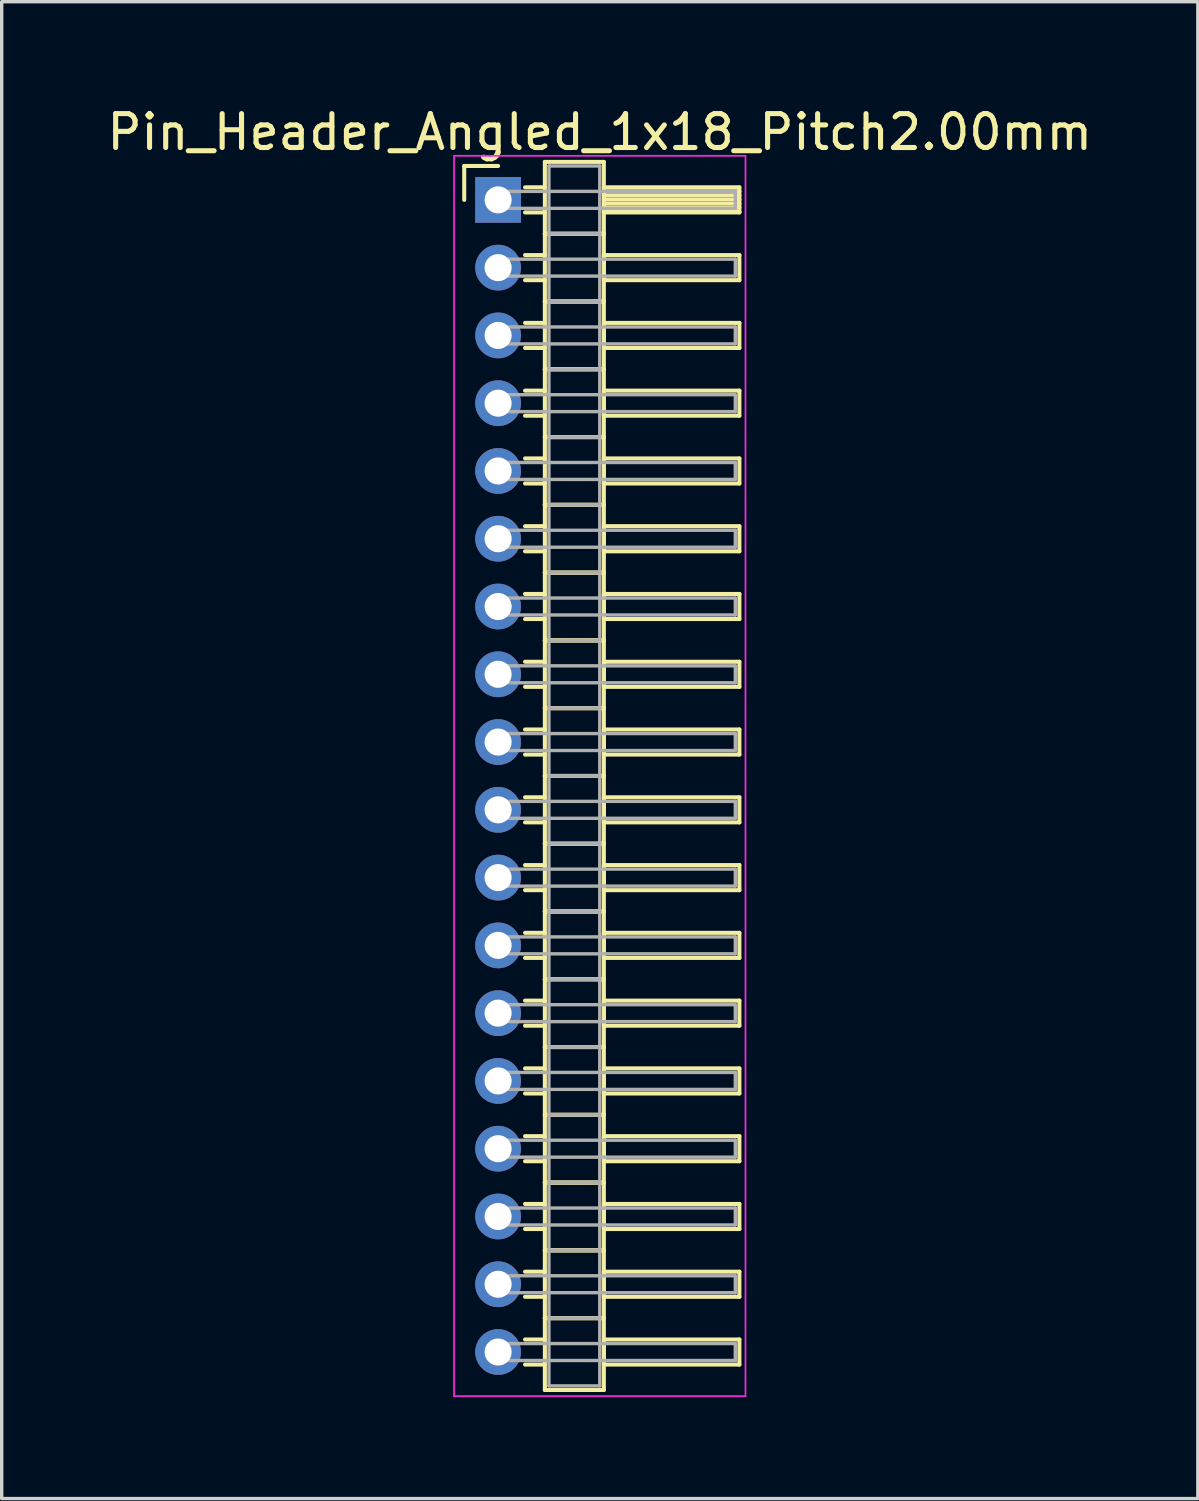
<source format=kicad_pcb>
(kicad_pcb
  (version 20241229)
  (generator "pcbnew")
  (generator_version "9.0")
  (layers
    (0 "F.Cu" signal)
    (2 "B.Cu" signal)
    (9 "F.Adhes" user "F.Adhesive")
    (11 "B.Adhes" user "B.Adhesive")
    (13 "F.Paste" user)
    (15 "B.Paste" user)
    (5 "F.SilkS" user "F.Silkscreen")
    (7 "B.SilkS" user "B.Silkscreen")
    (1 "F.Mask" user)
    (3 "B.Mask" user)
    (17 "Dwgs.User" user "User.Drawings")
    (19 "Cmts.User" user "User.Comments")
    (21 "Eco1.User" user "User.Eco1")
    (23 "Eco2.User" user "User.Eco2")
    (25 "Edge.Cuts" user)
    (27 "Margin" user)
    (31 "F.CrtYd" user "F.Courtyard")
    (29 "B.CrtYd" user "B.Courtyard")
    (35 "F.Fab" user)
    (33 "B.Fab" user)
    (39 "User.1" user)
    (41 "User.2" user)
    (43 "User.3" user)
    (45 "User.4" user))
  (footprint "Pin_Header_Angled_1x18_Pitch2.00mm"
    (layer "F.Cu")
    (at 11.649 2.848)
    (property "Reference" "Pin_Header_Angled_1x18_Pitch2.00mm" (at 3 -2 0) (layer "F.SilkS") (effects (font (size 1 1) (thickness 0.15))))
    (attr through_hole)
    (fp_line (start -1 -1) (end 0 -1) (stroke (width 0.12) (type solid)) (layer "F.SilkS"))
    (fp_line (start -1 0) (end -1 -1) (stroke (width 0.12) (type solid)) (layer "F.SilkS"))
    (fp_line (start 0.795 -0.37) (end 1.38 -0.37) (stroke (width 0.12) (type solid)) (layer "F.SilkS"))
    (fp_line (start 0.795 0.37) (end 1.38 0.37) (stroke (width 0.12) (type solid)) (layer "F.SilkS"))
    (fp_line (start 0.795 1.63) (end 1.38 1.63) (stroke (width 0.12) (type solid)) (layer "F.SilkS"))
    (fp_line (start 0.795 2.37) (end 1.38 2.37) (stroke (width 0.12) (type solid)) (layer "F.SilkS"))
    (fp_line (start 0.795 3.63) (end 1.38 3.63) (stroke (width 0.12) (type solid)) (layer "F.SilkS"))
    (fp_line (start 0.795 4.37) (end 1.38 4.37) (stroke (width 0.12) (type solid)) (layer "F.SilkS"))
    (fp_line (start 0.795 5.63) (end 1.38 5.63) (stroke (width 0.12) (type solid)) (layer "F.SilkS"))
    (fp_line (start 0.795 6.37) (end 1.38 6.37) (stroke (width 0.12) (type solid)) (layer "F.SilkS"))
    (fp_line (start 0.795 7.63) (end 1.38 7.63) (stroke (width 0.12) (type solid)) (layer "F.SilkS"))
    (fp_line (start 0.795 8.37) (end 1.38 8.37) (stroke (width 0.12) (type solid)) (layer "F.SilkS"))
    (fp_line (start 0.795 9.63) (end 1.38 9.63) (stroke (width 0.12) (type solid)) (layer "F.SilkS"))
    (fp_line (start 0.795 10.37) (end 1.38 10.37) (stroke (width 0.12) (type solid)) (layer "F.SilkS"))
    (fp_line (start 0.795 11.63) (end 1.38 11.63) (stroke (width 0.12) (type solid)) (layer "F.SilkS"))
    (fp_line (start 0.795 12.37) (end 1.38 12.37) (stroke (width 0.12) (type solid)) (layer "F.SilkS"))
    (fp_line (start 0.795 13.63) (end 1.38 13.63) (stroke (width 0.12) (type solid)) (layer "F.SilkS"))
    (fp_line (start 0.795 14.37) (end 1.38 14.37) (stroke (width 0.12) (type solid)) (layer "F.SilkS"))
    (fp_line (start 0.795 15.63) (end 1.38 15.63) (stroke (width 0.12) (type solid)) (layer "F.SilkS"))
    (fp_line (start 0.795 16.37) (end 1.38 16.37) (stroke (width 0.12) (type solid)) (layer "F.SilkS"))
    (fp_line (start 0.795 17.63) (end 1.38 17.63) (stroke (width 0.12) (type solid)) (layer "F.SilkS"))
    (fp_line (start 0.795 18.37) (end 1.38 18.37) (stroke (width 0.12) (type solid)) (layer "F.SilkS"))
    (fp_line (start 0.795 19.63) (end 1.38 19.63) (stroke (width 0.12) (type solid)) (layer "F.SilkS"))
    (fp_line (start 0.795 20.37) (end 1.38 20.37) (stroke (width 0.12) (type solid)) (layer "F.SilkS"))
    (fp_line (start 0.795 21.63) (end 1.38 21.63) (stroke (width 0.12) (type solid)) (layer "F.SilkS"))
    (fp_line (start 0.795 22.37) (end 1.38 22.37) (stroke (width 0.12) (type solid)) (layer "F.SilkS"))
    (fp_line (start 0.795 23.63) (end 1.38 23.63) (stroke (width 0.12) (type solid)) (layer "F.SilkS"))
    (fp_line (start 0.795 24.37) (end 1.38 24.37) (stroke (width 0.12) (type solid)) (layer "F.SilkS"))
    (fp_line (start 0.795 25.63) (end 1.38 25.63) (stroke (width 0.12) (type solid)) (layer "F.SilkS"))
    (fp_line (start 0.795 26.37) (end 1.38 26.37) (stroke (width 0.12) (type solid)) (layer "F.SilkS"))
    (fp_line (start 0.795 27.63) (end 1.38 27.63) (stroke (width 0.12) (type solid)) (layer "F.SilkS"))
    (fp_line (start 0.795 28.37) (end 1.38 28.37) (stroke (width 0.12) (type solid)) (layer "F.SilkS"))
    (fp_line (start 0.795 29.63) (end 1.38 29.63) (stroke (width 0.12) (type solid)) (layer "F.SilkS"))
    (fp_line (start 0.795 30.37) (end 1.38 30.37) (stroke (width 0.12) (type solid)) (layer "F.SilkS"))
    (fp_line (start 0.795 31.63) (end 1.38 31.63) (stroke (width 0.12) (type solid)) (layer "F.SilkS"))
    (fp_line (start 0.795 32.37) (end 1.38 32.37) (stroke (width 0.12) (type solid)) (layer "F.SilkS"))
    (fp_line (start 0.795 33.63) (end 1.38 33.63) (stroke (width 0.12) (type solid)) (layer "F.SilkS"))
    (fp_line (start 0.795 34.37) (end 1.38 34.37) (stroke (width 0.12) (type solid)) (layer "F.SilkS"))
    (fp_line (start 1.38 -1.12) (end 1.38 1) (stroke (width 0.12) (type solid)) (layer "F.SilkS"))
    (fp_line (start 1.38 1) (end 1.38 3) (stroke (width 0.12) (type solid)) (layer "F.SilkS"))
    (fp_line (start 1.38 1) (end 3.12 1) (stroke (width 0.12) (type solid)) (layer "F.SilkS"))
    (fp_line (start 1.38 3) (end 1.38 5) (stroke (width 0.12) (type solid)) (layer "F.SilkS"))
    (fp_line (start 1.38 3) (end 3.12 3) (stroke (width 0.12) (type solid)) (layer "F.SilkS"))
    (fp_line (start 1.38 5) (end 1.38 7) (stroke (width 0.12) (type solid)) (layer "F.SilkS"))
    (fp_line (start 1.38 5) (end 3.12 5) (stroke (width 0.12) (type solid)) (layer "F.SilkS"))
    (fp_line (start 1.38 7) (end 1.38 9) (stroke (width 0.12) (type solid)) (layer "F.SilkS"))
    (fp_line (start 1.38 7) (end 3.12 7) (stroke (width 0.12) (type solid)) (layer "F.SilkS"))
    (fp_line (start 1.38 9) (end 1.38 11) (stroke (width 0.12) (type solid)) (layer "F.SilkS"))
    (fp_line (start 1.38 9) (end 3.12 9) (stroke (width 0.12) (type solid)) (layer "F.SilkS"))
    (fp_line (start 1.38 11) (end 1.38 13) (stroke (width 0.12) (type solid)) (layer "F.SilkS"))
    (fp_line (start 1.38 11) (end 3.12 11) (stroke (width 0.12) (type solid)) (layer "F.SilkS"))
    (fp_line (start 1.38 13) (end 1.38 15) (stroke (width 0.12) (type solid)) (layer "F.SilkS"))
    (fp_line (start 1.38 13) (end 3.12 13) (stroke (width 0.12) (type solid)) (layer "F.SilkS"))
    (fp_line (start 1.38 15) (end 1.38 17) (stroke (width 0.12) (type solid)) (layer "F.SilkS"))
    (fp_line (start 1.38 15) (end 3.12 15) (stroke (width 0.12) (type solid)) (layer "F.SilkS"))
    (fp_line (start 1.38 17) (end 1.38 19) (stroke (width 0.12) (type solid)) (layer "F.SilkS"))
    (fp_line (start 1.38 17) (end 3.12 17) (stroke (width 0.12) (type solid)) (layer "F.SilkS"))
    (fp_line (start 1.38 19) (end 1.38 21) (stroke (width 0.12) (type solid)) (layer "F.SilkS"))
    (fp_line (start 1.38 19) (end 3.12 19) (stroke (width 0.12) (type solid)) (layer "F.SilkS"))
    (fp_line (start 1.38 21) (end 1.38 23) (stroke (width 0.12) (type solid)) (layer "F.SilkS"))
    (fp_line (start 1.38 21) (end 3.12 21) (stroke (width 0.12) (type solid)) (layer "F.SilkS"))
    (fp_line (start 1.38 23) (end 1.38 25) (stroke (width 0.12) (type solid)) (layer "F.SilkS"))
    (fp_line (start 1.38 23) (end 3.12 23) (stroke (width 0.12) (type solid)) (layer "F.SilkS"))
    (fp_line (start 1.38 25) (end 1.38 27) (stroke (width 0.12) (type solid)) (layer "F.SilkS"))
    (fp_line (start 1.38 25) (end 3.12 25) (stroke (width 0.12) (type solid)) (layer "F.SilkS"))
    (fp_line (start 1.38 27) (end 1.38 29) (stroke (width 0.12) (type solid)) (layer "F.SilkS"))
    (fp_line (start 1.38 27) (end 3.12 27) (stroke (width 0.12) (type solid)) (layer "F.SilkS"))
    (fp_line (start 1.38 29) (end 1.38 31) (stroke (width 0.12) (type solid)) (layer "F.SilkS"))
    (fp_line (start 1.38 29) (end 3.12 29) (stroke (width 0.12) (type solid)) (layer "F.SilkS"))
    (fp_line (start 1.38 31) (end 1.38 33) (stroke (width 0.12) (type solid)) (layer "F.SilkS"))
    (fp_line (start 1.38 31) (end 3.12 31) (stroke (width 0.12) (type solid)) (layer "F.SilkS"))
    (fp_line (start 1.38 33) (end 1.38 35.12) (stroke (width 0.12) (type solid)) (layer "F.SilkS"))
    (fp_line (start 1.38 33) (end 3.12 33) (stroke (width 0.12) (type solid)) (layer "F.SilkS"))
    (fp_line (start 1.38 35.12) (end 3.12 35.12) (stroke (width 0.12) (type solid)) (layer "F.SilkS"))
    (fp_line (start 3.12 -1.12) (end 1.38 -1.12) (stroke (width 0.12) (type solid)) (layer "F.SilkS"))
    (fp_line (start 3.12 -0.37) (end 3.12 0.37) (stroke (width 0.12) (type solid)) (layer "F.SilkS"))
    (fp_line (start 3.12 -0.25) (end 7.12 -0.25) (stroke (width 0.12) (type solid)) (layer "F.SilkS"))
    (fp_line (start 3.12 -0.13) (end 7.12 -0.13) (stroke (width 0.12) (type solid)) (layer "F.SilkS"))
    (fp_line (start 3.12 -0.01) (end 7.12 -0.01) (stroke (width 0.12) (type solid)) (layer "F.SilkS"))
    (fp_line (start 3.12 0.11) (end 7.12 0.11) (stroke (width 0.12) (type solid)) (layer "F.SilkS"))
    (fp_line (start 3.12 0.23) (end 7.12 0.23) (stroke (width 0.12) (type solid)) (layer "F.SilkS"))
    (fp_line (start 3.12 0.35) (end 7.12 0.35) (stroke (width 0.12) (type solid)) (layer "F.SilkS"))
    (fp_line (start 3.12 0.37) (end 7.12 0.37) (stroke (width 0.12) (type solid)) (layer "F.SilkS"))
    (fp_line (start 3.12 1) (end 1.38 1) (stroke (width 0.12) (type solid)) (layer "F.SilkS"))
    (fp_line (start 3.12 1) (end 3.12 -1.12) (stroke (width 0.12) (type solid)) (layer "F.SilkS"))
    (fp_line (start 3.12 1.63) (end 3.12 2.37) (stroke (width 0.12) (type solid)) (layer "F.SilkS"))
    (fp_line (start 3.12 2.37) (end 7.12 2.37) (stroke (width 0.12) (type solid)) (layer "F.SilkS"))
    (fp_line (start 3.12 3) (end 1.38 3) (stroke (width 0.12) (type solid)) (layer "F.SilkS"))
    (fp_line (start 3.12 3) (end 3.12 1) (stroke (width 0.12) (type solid)) (layer "F.SilkS"))
    (fp_line (start 3.12 3.63) (end 3.12 4.37) (stroke (width 0.12) (type solid)) (layer "F.SilkS"))
    (fp_line (start 3.12 4.37) (end 7.12 4.37) (stroke (width 0.12) (type solid)) (layer "F.SilkS"))
    (fp_line (start 3.12 5) (end 1.38 5) (stroke (width 0.12) (type solid)) (layer "F.SilkS"))
    (fp_line (start 3.12 5) (end 3.12 3) (stroke (width 0.12) (type solid)) (layer "F.SilkS"))
    (fp_line (start 3.12 5.63) (end 3.12 6.37) (stroke (width 0.12) (type solid)) (layer "F.SilkS"))
    (fp_line (start 3.12 6.37) (end 7.12 6.37) (stroke (width 0.12) (type solid)) (layer "F.SilkS"))
    (fp_line (start 3.12 7) (end 1.38 7) (stroke (width 0.12) (type solid)) (layer "F.SilkS"))
    (fp_line (start 3.12 7) (end 3.12 5) (stroke (width 0.12) (type solid)) (layer "F.SilkS"))
    (fp_line (start 3.12 7.63) (end 3.12 8.37) (stroke (width 0.12) (type solid)) (layer "F.SilkS"))
    (fp_line (start 3.12 8.37) (end 7.12 8.37) (stroke (width 0.12) (type solid)) (layer "F.SilkS"))
    (fp_line (start 3.12 9) (end 1.38 9) (stroke (width 0.12) (type solid)) (layer "F.SilkS"))
    (fp_line (start 3.12 9) (end 3.12 7) (stroke (width 0.12) (type solid)) (layer "F.SilkS"))
    (fp_line (start 3.12 9.63) (end 3.12 10.37) (stroke (width 0.12) (type solid)) (layer "F.SilkS"))
    (fp_line (start 3.12 10.37) (end 7.12 10.37) (stroke (width 0.12) (type solid)) (layer "F.SilkS"))
    (fp_line (start 3.12 11) (end 1.38 11) (stroke (width 0.12) (type solid)) (layer "F.SilkS"))
    (fp_line (start 3.12 11) (end 3.12 9) (stroke (width 0.12) (type solid)) (layer "F.SilkS"))
    (fp_line (start 3.12 11.63) (end 3.12 12.37) (stroke (width 0.12) (type solid)) (layer "F.SilkS"))
    (fp_line (start 3.12 12.37) (end 7.12 12.37) (stroke (width 0.12) (type solid)) (layer "F.SilkS"))
    (fp_line (start 3.12 13) (end 1.38 13) (stroke (width 0.12) (type solid)) (layer "F.SilkS"))
    (fp_line (start 3.12 13) (end 3.12 11) (stroke (width 0.12) (type solid)) (layer "F.SilkS"))
    (fp_line (start 3.12 13.63) (end 3.12 14.37) (stroke (width 0.12) (type solid)) (layer "F.SilkS"))
    (fp_line (start 3.12 14.37) (end 7.12 14.37) (stroke (width 0.12) (type solid)) (layer "F.SilkS"))
    (fp_line (start 3.12 15) (end 1.38 15) (stroke (width 0.12) (type solid)) (layer "F.SilkS"))
    (fp_line (start 3.12 15) (end 3.12 13) (stroke (width 0.12) (type solid)) (layer "F.SilkS"))
    (fp_line (start 3.12 15.63) (end 3.12 16.37) (stroke (width 0.12) (type solid)) (layer "F.SilkS"))
    (fp_line (start 3.12 16.37) (end 7.12 16.37) (stroke (width 0.12) (type solid)) (layer "F.SilkS"))
    (fp_line (start 3.12 17) (end 1.38 17) (stroke (width 0.12) (type solid)) (layer "F.SilkS"))
    (fp_line (start 3.12 17) (end 3.12 15) (stroke (width 0.12) (type solid)) (layer "F.SilkS"))
    (fp_line (start 3.12 17.63) (end 3.12 18.37) (stroke (width 0.12) (type solid)) (layer "F.SilkS"))
    (fp_line (start 3.12 18.37) (end 7.12 18.37) (stroke (width 0.12) (type solid)) (layer "F.SilkS"))
    (fp_line (start 3.12 19) (end 1.38 19) (stroke (width 0.12) (type solid)) (layer "F.SilkS"))
    (fp_line (start 3.12 19) (end 3.12 17) (stroke (width 0.12) (type solid)) (layer "F.SilkS"))
    (fp_line (start 3.12 19.63) (end 3.12 20.37) (stroke (width 0.12) (type solid)) (layer "F.SilkS"))
    (fp_line (start 3.12 20.37) (end 7.12 20.37) (stroke (width 0.12) (type solid)) (layer "F.SilkS"))
    (fp_line (start 3.12 21) (end 1.38 21) (stroke (width 0.12) (type solid)) (layer "F.SilkS"))
    (fp_line (start 3.12 21) (end 3.12 19) (stroke (width 0.12) (type solid)) (layer "F.SilkS"))
    (fp_line (start 3.12 21.63) (end 3.12 22.37) (stroke (width 0.12) (type solid)) (layer "F.SilkS"))
    (fp_line (start 3.12 22.37) (end 7.12 22.37) (stroke (width 0.12) (type solid)) (layer "F.SilkS"))
    (fp_line (start 3.12 23) (end 1.38 23) (stroke (width 0.12) (type solid)) (layer "F.SilkS"))
    (fp_line (start 3.12 23) (end 3.12 21) (stroke (width 0.12) (type solid)) (layer "F.SilkS"))
    (fp_line (start 3.12 23.63) (end 3.12 24.37) (stroke (width 0.12) (type solid)) (layer "F.SilkS"))
    (fp_line (start 3.12 24.37) (end 7.12 24.37) (stroke (width 0.12) (type solid)) (layer "F.SilkS"))
    (fp_line (start 3.12 25) (end 1.38 25) (stroke (width 0.12) (type solid)) (layer "F.SilkS"))
    (fp_line (start 3.12 25) (end 3.12 23) (stroke (width 0.12) (type solid)) (layer "F.SilkS"))
    (fp_line (start 3.12 25.63) (end 3.12 26.37) (stroke (width 0.12) (type solid)) (layer "F.SilkS"))
    (fp_line (start 3.12 26.37) (end 7.12 26.37) (stroke (width 0.12) (type solid)) (layer "F.SilkS"))
    (fp_line (start 3.12 27) (end 1.38 27) (stroke (width 0.12) (type solid)) (layer "F.SilkS"))
    (fp_line (start 3.12 27) (end 3.12 25) (stroke (width 0.12) (type solid)) (layer "F.SilkS"))
    (fp_line (start 3.12 27.63) (end 3.12 28.37) (stroke (width 0.12) (type solid)) (layer "F.SilkS"))
    (fp_line (start 3.12 28.37) (end 7.12 28.37) (stroke (width 0.12) (type solid)) (layer "F.SilkS"))
    (fp_line (start 3.12 29) (end 1.38 29) (stroke (width 0.12) (type solid)) (layer "F.SilkS"))
    (fp_line (start 3.12 29) (end 3.12 27) (stroke (width 0.12) (type solid)) (layer "F.SilkS"))
    (fp_line (start 3.12 29.63) (end 3.12 30.37) (stroke (width 0.12) (type solid)) (layer "F.SilkS"))
    (fp_line (start 3.12 30.37) (end 7.12 30.37) (stroke (width 0.12) (type solid)) (layer "F.SilkS"))
    (fp_line (start 3.12 31) (end 1.38 31) (stroke (width 0.12) (type solid)) (layer "F.SilkS"))
    (fp_line (start 3.12 31) (end 3.12 29) (stroke (width 0.12) (type solid)) (layer "F.SilkS"))
    (fp_line (start 3.12 31.63) (end 3.12 32.37) (stroke (width 0.12) (type solid)) (layer "F.SilkS"))
    (fp_line (start 3.12 32.37) (end 7.12 32.37) (stroke (width 0.12) (type solid)) (layer "F.SilkS"))
    (fp_line (start 3.12 33) (end 1.38 33) (stroke (width 0.12) (type solid)) (layer "F.SilkS"))
    (fp_line (start 3.12 33) (end 3.12 31) (stroke (width 0.12) (type solid)) (layer "F.SilkS"))
    (fp_line (start 3.12 33.63) (end 3.12 34.37) (stroke (width 0.12) (type solid)) (layer "F.SilkS"))
    (fp_line (start 3.12 34.37) (end 7.12 34.37) (stroke (width 0.12) (type solid)) (layer "F.SilkS"))
    (fp_line (start 3.12 35.12) (end 3.12 33) (stroke (width 0.12) (type solid)) (layer "F.SilkS"))
    (fp_line (start 7.12 -0.37) (end 3.12 -0.37) (stroke (width 0.12) (type solid)) (layer "F.SilkS"))
    (fp_line (start 7.12 0.37) (end 7.12 -0.37) (stroke (width 0.12) (type solid)) (layer "F.SilkS"))
    (fp_line (start 7.12 1.63) (end 3.12 1.63) (stroke (width 0.12) (type solid)) (layer "F.SilkS"))
    (fp_line (start 7.12 2.37) (end 7.12 1.63) (stroke (width 0.12) (type solid)) (layer "F.SilkS"))
    (fp_line (start 7.12 3.63) (end 3.12 3.63) (stroke (width 0.12) (type solid)) (layer "F.SilkS"))
    (fp_line (start 7.12 4.37) (end 7.12 3.63) (stroke (width 0.12) (type solid)) (layer "F.SilkS"))
    (fp_line (start 7.12 5.63) (end 3.12 5.63) (stroke (width 0.12) (type solid)) (layer "F.SilkS"))
    (fp_line (start 7.12 6.37) (end 7.12 5.63) (stroke (width 0.12) (type solid)) (layer "F.SilkS"))
    (fp_line (start 7.12 7.63) (end 3.12 7.63) (stroke (width 0.12) (type solid)) (layer "F.SilkS"))
    (fp_line (start 7.12 8.37) (end 7.12 7.63) (stroke (width 0.12) (type solid)) (layer "F.SilkS"))
    (fp_line (start 7.12 9.63) (end 3.12 9.63) (stroke (width 0.12) (type solid)) (layer "F.SilkS"))
    (fp_line (start 7.12 10.37) (end 7.12 9.63) (stroke (width 0.12) (type solid)) (layer "F.SilkS"))
    (fp_line (start 7.12 11.63) (end 3.12 11.63) (stroke (width 0.12) (type solid)) (layer "F.SilkS"))
    (fp_line (start 7.12 12.37) (end 7.12 11.63) (stroke (width 0.12) (type solid)) (layer "F.SilkS"))
    (fp_line (start 7.12 13.63) (end 3.12 13.63) (stroke (width 0.12) (type solid)) (layer "F.SilkS"))
    (fp_line (start 7.12 14.37) (end 7.12 13.63) (stroke (width 0.12) (type solid)) (layer "F.SilkS"))
    (fp_line (start 7.12 15.63) (end 3.12 15.63) (stroke (width 0.12) (type solid)) (layer "F.SilkS"))
    (fp_line (start 7.12 16.37) (end 7.12 15.63) (stroke (width 0.12) (type solid)) (layer "F.SilkS"))
    (fp_line (start 7.12 17.63) (end 3.12 17.63) (stroke (width 0.12) (type solid)) (layer "F.SilkS"))
    (fp_line (start 7.12 18.37) (end 7.12 17.63) (stroke (width 0.12) (type solid)) (layer "F.SilkS"))
    (fp_line (start 7.12 19.63) (end 3.12 19.63) (stroke (width 0.12) (type solid)) (layer "F.SilkS"))
    (fp_line (start 7.12 20.37) (end 7.12 19.63) (stroke (width 0.12) (type solid)) (layer "F.SilkS"))
    (fp_line (start 7.12 21.63) (end 3.12 21.63) (stroke (width 0.12) (type solid)) (layer "F.SilkS"))
    (fp_line (start 7.12 22.37) (end 7.12 21.63) (stroke (width 0.12) (type solid)) (layer "F.SilkS"))
    (fp_line (start 7.12 23.63) (end 3.12 23.63) (stroke (width 0.12) (type solid)) (layer "F.SilkS"))
    (fp_line (start 7.12 24.37) (end 7.12 23.63) (stroke (width 0.12) (type solid)) (layer "F.SilkS"))
    (fp_line (start 7.12 25.63) (end 3.12 25.63) (stroke (width 0.12) (type solid)) (layer "F.SilkS"))
    (fp_line (start 7.12 26.37) (end 7.12 25.63) (stroke (width 0.12) (type solid)) (layer "F.SilkS"))
    (fp_line (start 7.12 27.63) (end 3.12 27.63) (stroke (width 0.12) (type solid)) (layer "F.SilkS"))
    (fp_line (start 7.12 28.37) (end 7.12 27.63) (stroke (width 0.12) (type solid)) (layer "F.SilkS"))
    (fp_line (start 7.12 29.63) (end 3.12 29.63) (stroke (width 0.12) (type solid)) (layer "F.SilkS"))
    (fp_line (start 7.12 30.37) (end 7.12 29.63) (stroke (width 0.12) (type solid)) (layer "F.SilkS"))
    (fp_line (start 7.12 31.63) (end 3.12 31.63) (stroke (width 0.12) (type solid)) (layer "F.SilkS"))
    (fp_line (start 7.12 32.37) (end 7.12 31.63) (stroke (width 0.12) (type solid)) (layer "F.SilkS"))
    (fp_line (start 7.12 33.63) (end 3.12 33.63) (stroke (width 0.12) (type solid)) (layer "F.SilkS"))
    (fp_line (start 7.12 34.37) (end 7.12 33.63) (stroke (width 0.12) (type solid)) (layer "F.SilkS"))
    (fp_line (start -1.3 -1.3) (end -1.3 35.3) (stroke (width 0.05) (type solid)) (layer "F.CrtYd"))
    (fp_line (start -1.3 35.3) (end 7.3 35.3) (stroke (width 0.05) (type solid)) (layer "F.CrtYd"))
    (fp_line (start 7.3 -1.3) (end -1.3 -1.3) (stroke (width 0.05) (type solid)) (layer "F.CrtYd"))
    (fp_line (start 7.3 35.3) (end 7.3 -1.3) (stroke (width 0.05) (type solid)) (layer "F.CrtYd"))
    (fp_line (start 0 -0.25) (end 0 0.25) (stroke (width 0.1) (type solid)) (layer "F.Fab"))
    (fp_line (start 0 0.25) (end 7 0.25) (stroke (width 0.1) (type solid)) (layer "F.Fab"))
    (fp_line (start 0 1.75) (end 0 2.25) (stroke (width 0.1) (type solid)) (layer "F.Fab"))
    (fp_line (start 0 2.25) (end 7 2.25) (stroke (width 0.1) (type solid)) (layer "F.Fab"))
    (fp_line (start 0 3.75) (end 0 4.25) (stroke (width 0.1) (type solid)) (layer "F.Fab"))
    (fp_line (start 0 4.25) (end 7 4.25) (stroke (width 0.1) (type solid)) (layer "F.Fab"))
    (fp_line (start 0 5.75) (end 0 6.25) (stroke (width 0.1) (type solid)) (layer "F.Fab"))
    (fp_line (start 0 6.25) (end 7 6.25) (stroke (width 0.1) (type solid)) (layer "F.Fab"))
    (fp_line (start 0 7.75) (end 0 8.25) (stroke (width 0.1) (type solid)) (layer "F.Fab"))
    (fp_line (start 0 8.25) (end 7 8.25) (stroke (width 0.1) (type solid)) (layer "F.Fab"))
    (fp_line (start 0 9.75) (end 0 10.25) (stroke (width 0.1) (type solid)) (layer "F.Fab"))
    (fp_line (start 0 10.25) (end 7 10.25) (stroke (width 0.1) (type solid)) (layer "F.Fab"))
    (fp_line (start 0 11.75) (end 0 12.25) (stroke (width 0.1) (type solid)) (layer "F.Fab"))
    (fp_line (start 0 12.25) (end 7 12.25) (stroke (width 0.1) (type solid)) (layer "F.Fab"))
    (fp_line (start 0 13.75) (end 0 14.25) (stroke (width 0.1) (type solid)) (layer "F.Fab"))
    (fp_line (start 0 14.25) (end 7 14.25) (stroke (width 0.1) (type solid)) (layer "F.Fab"))
    (fp_line (start 0 15.75) (end 0 16.25) (stroke (width 0.1) (type solid)) (layer "F.Fab"))
    (fp_line (start 0 16.25) (end 7 16.25) (stroke (width 0.1) (type solid)) (layer "F.Fab"))
    (fp_line (start 0 17.75) (end 0 18.25) (stroke (width 0.1) (type solid)) (layer "F.Fab"))
    (fp_line (start 0 18.25) (end 7 18.25) (stroke (width 0.1) (type solid)) (layer "F.Fab"))
    (fp_line (start 0 19.75) (end 0 20.25) (stroke (width 0.1) (type solid)) (layer "F.Fab"))
    (fp_line (start 0 20.25) (end 7 20.25) (stroke (width 0.1) (type solid)) (layer "F.Fab"))
    (fp_line (start 0 21.75) (end 0 22.25) (stroke (width 0.1) (type solid)) (layer "F.Fab"))
    (fp_line (start 0 22.25) (end 7 22.25) (stroke (width 0.1) (type solid)) (layer "F.Fab"))
    (fp_line (start 0 23.75) (end 0 24.25) (stroke (width 0.1) (type solid)) (layer "F.Fab"))
    (fp_line (start 0 24.25) (end 7 24.25) (stroke (width 0.1) (type solid)) (layer "F.Fab"))
    (fp_line (start 0 25.75) (end 0 26.25) (stroke (width 0.1) (type solid)) (layer "F.Fab"))
    (fp_line (start 0 26.25) (end 7 26.25) (stroke (width 0.1) (type solid)) (layer "F.Fab"))
    (fp_line (start 0 27.75) (end 0 28.25) (stroke (width 0.1) (type solid)) (layer "F.Fab"))
    (fp_line (start 0 28.25) (end 7 28.25) (stroke (width 0.1) (type solid)) (layer "F.Fab"))
    (fp_line (start 0 29.75) (end 0 30.25) (stroke (width 0.1) (type solid)) (layer "F.Fab"))
    (fp_line (start 0 30.25) (end 7 30.25) (stroke (width 0.1) (type solid)) (layer "F.Fab"))
    (fp_line (start 0 31.75) (end 0 32.25) (stroke (width 0.1) (type solid)) (layer "F.Fab"))
    (fp_line (start 0 32.25) (end 7 32.25) (stroke (width 0.1) (type solid)) (layer "F.Fab"))
    (fp_line (start 0 33.75) (end 0 34.25) (stroke (width 0.1) (type solid)) (layer "F.Fab"))
    (fp_line (start 0 34.25) (end 7 34.25) (stroke (width 0.1) (type solid)) (layer "F.Fab"))
    (fp_line (start 1.5 -1) (end 1.5 1) (stroke (width 0.1) (type solid)) (layer "F.Fab"))
    (fp_line (start 1.5 1) (end 1.5 3) (stroke (width 0.1) (type solid)) (layer "F.Fab"))
    (fp_line (start 1.5 1) (end 3 1) (stroke (width 0.1) (type solid)) (layer "F.Fab"))
    (fp_line (start 1.5 3) (end 1.5 5) (stroke (width 0.1) (type solid)) (layer "F.Fab"))
    (fp_line (start 1.5 3) (end 3 3) (stroke (width 0.1) (type solid)) (layer "F.Fab"))
    (fp_line (start 1.5 5) (end 1.5 7) (stroke (width 0.1) (type solid)) (layer "F.Fab"))
    (fp_line (start 1.5 5) (end 3 5) (stroke (width 0.1) (type solid)) (layer "F.Fab"))
    (fp_line (start 1.5 7) (end 1.5 9) (stroke (width 0.1) (type solid)) (layer "F.Fab"))
    (fp_line (start 1.5 7) (end 3 7) (stroke (width 0.1) (type solid)) (layer "F.Fab"))
    (fp_line (start 1.5 9) (end 1.5 11) (stroke (width 0.1) (type solid)) (layer "F.Fab"))
    (fp_line (start 1.5 9) (end 3 9) (stroke (width 0.1) (type solid)) (layer "F.Fab"))
    (fp_line (start 1.5 11) (end 1.5 13) (stroke (width 0.1) (type solid)) (layer "F.Fab"))
    (fp_line (start 1.5 11) (end 3 11) (stroke (width 0.1) (type solid)) (layer "F.Fab"))
    (fp_line (start 1.5 13) (end 1.5 15) (stroke (width 0.1) (type solid)) (layer "F.Fab"))
    (fp_line (start 1.5 13) (end 3 13) (stroke (width 0.1) (type solid)) (layer "F.Fab"))
    (fp_line (start 1.5 15) (end 1.5 17) (stroke (width 0.1) (type solid)) (layer "F.Fab"))
    (fp_line (start 1.5 15) (end 3 15) (stroke (width 0.1) (type solid)) (layer "F.Fab"))
    (fp_line (start 1.5 17) (end 1.5 19) (stroke (width 0.1) (type solid)) (layer "F.Fab"))
    (fp_line (start 1.5 17) (end 3 17) (stroke (width 0.1) (type solid)) (layer "F.Fab"))
    (fp_line (start 1.5 19) (end 1.5 21) (stroke (width 0.1) (type solid)) (layer "F.Fab"))
    (fp_line (start 1.5 19) (end 3 19) (stroke (width 0.1) (type solid)) (layer "F.Fab"))
    (fp_line (start 1.5 21) (end 1.5 23) (stroke (width 0.1) (type solid)) (layer "F.Fab"))
    (fp_line (start 1.5 21) (end 3 21) (stroke (width 0.1) (type solid)) (layer "F.Fab"))
    (fp_line (start 1.5 23) (end 1.5 25) (stroke (width 0.1) (type solid)) (layer "F.Fab"))
    (fp_line (start 1.5 23) (end 3 23) (stroke (width 0.1) (type solid)) (layer "F.Fab"))
    (fp_line (start 1.5 25) (end 1.5 27) (stroke (width 0.1) (type solid)) (layer "F.Fab"))
    (fp_line (start 1.5 25) (end 3 25) (stroke (width 0.1) (type solid)) (layer "F.Fab"))
    (fp_line (start 1.5 27) (end 1.5 29) (stroke (width 0.1) (type solid)) (layer "F.Fab"))
    (fp_line (start 1.5 27) (end 3 27) (stroke (width 0.1) (type solid)) (layer "F.Fab"))
    (fp_line (start 1.5 29) (end 1.5 31) (stroke (width 0.1) (type solid)) (layer "F.Fab"))
    (fp_line (start 1.5 29) (end 3 29) (stroke (width 0.1) (type solid)) (layer "F.Fab"))
    (fp_line (start 1.5 31) (end 1.5 33) (stroke (width 0.1) (type solid)) (layer "F.Fab"))
    (fp_line (start 1.5 31) (end 3 31) (stroke (width 0.1) (type solid)) (layer "F.Fab"))
    (fp_line (start 1.5 33) (end 1.5 35) (stroke (width 0.1) (type solid)) (layer "F.Fab"))
    (fp_line (start 1.5 33) (end 3 33) (stroke (width 0.1) (type solid)) (layer "F.Fab"))
    (fp_line (start 1.5 35) (end 3 35) (stroke (width 0.1) (type solid)) (layer "F.Fab"))
    (fp_line (start 3 -1) (end 1.5 -1) (stroke (width 0.1) (type solid)) (layer "F.Fab"))
    (fp_line (start 3 1) (end 1.5 1) (stroke (width 0.1) (type solid)) (layer "F.Fab"))
    (fp_line (start 3 1) (end 3 -1) (stroke (width 0.1) (type solid)) (layer "F.Fab"))
    (fp_line (start 3 3) (end 1.5 3) (stroke (width 0.1) (type solid)) (layer "F.Fab"))
    (fp_line (start 3 3) (end 3 1) (stroke (width 0.1) (type solid)) (layer "F.Fab"))
    (fp_line (start 3 5) (end 1.5 5) (stroke (width 0.1) (type solid)) (layer "F.Fab"))
    (fp_line (start 3 5) (end 3 3) (stroke (width 0.1) (type solid)) (layer "F.Fab"))
    (fp_line (start 3 7) (end 1.5 7) (stroke (width 0.1) (type solid)) (layer "F.Fab"))
    (fp_line (start 3 7) (end 3 5) (stroke (width 0.1) (type solid)) (layer "F.Fab"))
    (fp_line (start 3 9) (end 1.5 9) (stroke (width 0.1) (type solid)) (layer "F.Fab"))
    (fp_line (start 3 9) (end 3 7) (stroke (width 0.1) (type solid)) (layer "F.Fab"))
    (fp_line (start 3 11) (end 1.5 11) (stroke (width 0.1) (type solid)) (layer "F.Fab"))
    (fp_line (start 3 11) (end 3 9) (stroke (width 0.1) (type solid)) (layer "F.Fab"))
    (fp_line (start 3 13) (end 1.5 13) (stroke (width 0.1) (type solid)) (layer "F.Fab"))
    (fp_line (start 3 13) (end 3 11) (stroke (width 0.1) (type solid)) (layer "F.Fab"))
    (fp_line (start 3 15) (end 1.5 15) (stroke (width 0.1) (type solid)) (layer "F.Fab"))
    (fp_line (start 3 15) (end 3 13) (stroke (width 0.1) (type solid)) (layer "F.Fab"))
    (fp_line (start 3 17) (end 1.5 17) (stroke (width 0.1) (type solid)) (layer "F.Fab"))
    (fp_line (start 3 17) (end 3 15) (stroke (width 0.1) (type solid)) (layer "F.Fab"))
    (fp_line (start 3 19) (end 1.5 19) (stroke (width 0.1) (type solid)) (layer "F.Fab"))
    (fp_line (start 3 19) (end 3 17) (stroke (width 0.1) (type solid)) (layer "F.Fab"))
    (fp_line (start 3 21) (end 1.5 21) (stroke (width 0.1) (type solid)) (layer "F.Fab"))
    (fp_line (start 3 21) (end 3 19) (stroke (width 0.1) (type solid)) (layer "F.Fab"))
    (fp_line (start 3 23) (end 1.5 23) (stroke (width 0.1) (type solid)) (layer "F.Fab"))
    (fp_line (start 3 23) (end 3 21) (stroke (width 0.1) (type solid)) (layer "F.Fab"))
    (fp_line (start 3 25) (end 1.5 25) (stroke (width 0.1) (type solid)) (layer "F.Fab"))
    (fp_line (start 3 25) (end 3 23) (stroke (width 0.1) (type solid)) (layer "F.Fab"))
    (fp_line (start 3 27) (end 1.5 27) (stroke (width 0.1) (type solid)) (layer "F.Fab"))
    (fp_line (start 3 27) (end 3 25) (stroke (width 0.1) (type solid)) (layer "F.Fab"))
    (fp_line (start 3 29) (end 1.5 29) (stroke (width 0.1) (type solid)) (layer "F.Fab"))
    (fp_line (start 3 29) (end 3 27) (stroke (width 0.1) (type solid)) (layer "F.Fab"))
    (fp_line (start 3 31) (end 1.5 31) (stroke (width 0.1) (type solid)) (layer "F.Fab"))
    (fp_line (start 3 31) (end 3 29) (stroke (width 0.1) (type solid)) (layer "F.Fab"))
    (fp_line (start 3 33) (end 1.5 33) (stroke (width 0.1) (type solid)) (layer "F.Fab"))
    (fp_line (start 3 33) (end 3 31) (stroke (width 0.1) (type solid)) (layer "F.Fab"))
    (fp_line (start 3 35) (end 3 33) (stroke (width 0.1) (type solid)) (layer "F.Fab"))
    (fp_line (start 7 -0.25) (end 0 -0.25) (stroke (width 0.1) (type solid)) (layer "F.Fab"))
    (fp_line (start 7 0.25) (end 7 -0.25) (stroke (width 0.1) (type solid)) (layer "F.Fab"))
    (fp_line (start 7 1.75) (end 0 1.75) (stroke (width 0.1) (type solid)) (layer "F.Fab"))
    (fp_line (start 7 2.25) (end 7 1.75) (stroke (width 0.1) (type solid)) (layer "F.Fab"))
    (fp_line (start 7 3.75) (end 0 3.75) (stroke (width 0.1) (type solid)) (layer "F.Fab"))
    (fp_line (start 7 4.25) (end 7 3.75) (stroke (width 0.1) (type solid)) (layer "F.Fab"))
    (fp_line (start 7 5.75) (end 0 5.75) (stroke (width 0.1) (type solid)) (layer "F.Fab"))
    (fp_line (start 7 6.25) (end 7 5.75) (stroke (width 0.1) (type solid)) (layer "F.Fab"))
    (fp_line (start 7 7.75) (end 0 7.75) (stroke (width 0.1) (type solid)) (layer "F.Fab"))
    (fp_line (start 7 8.25) (end 7 7.75) (stroke (width 0.1) (type solid)) (layer "F.Fab"))
    (fp_line (start 7 9.75) (end 0 9.75) (stroke (width 0.1) (type solid)) (layer "F.Fab"))
    (fp_line (start 7 10.25) (end 7 9.75) (stroke (width 0.1) (type solid)) (layer "F.Fab"))
    (fp_line (start 7 11.75) (end 0 11.75) (stroke (width 0.1) (type solid)) (layer "F.Fab"))
    (fp_line (start 7 12.25) (end 7 11.75) (stroke (width 0.1) (type solid)) (layer "F.Fab"))
    (fp_line (start 7 13.75) (end 0 13.75) (stroke (width 0.1) (type solid)) (layer "F.Fab"))
    (fp_line (start 7 14.25) (end 7 13.75) (stroke (width 0.1) (type solid)) (layer "F.Fab"))
    (fp_line (start 7 15.75) (end 0 15.75) (stroke (width 0.1) (type solid)) (layer "F.Fab"))
    (fp_line (start 7 16.25) (end 7 15.75) (stroke (width 0.1) (type solid)) (layer "F.Fab"))
    (fp_line (start 7 17.75) (end 0 17.75) (stroke (width 0.1) (type solid)) (layer "F.Fab"))
    (fp_line (start 7 18.25) (end 7 17.75) (stroke (width 0.1) (type solid)) (layer "F.Fab"))
    (fp_line (start 7 19.75) (end 0 19.75) (stroke (width 0.1) (type solid)) (layer "F.Fab"))
    (fp_line (start 7 20.25) (end 7 19.75) (stroke (width 0.1) (type solid)) (layer "F.Fab"))
    (fp_line (start 7 21.75) (end 0 21.75) (stroke (width 0.1) (type solid)) (layer "F.Fab"))
    (fp_line (start 7 22.25) (end 7 21.75) (stroke (width 0.1) (type solid)) (layer "F.Fab"))
    (fp_line (start 7 23.75) (end 0 23.75) (stroke (width 0.1) (type solid)) (layer "F.Fab"))
    (fp_line (start 7 24.25) (end 7 23.75) (stroke (width 0.1) (type solid)) (layer "F.Fab"))
    (fp_line (start 7 25.75) (end 0 25.75) (stroke (width 0.1) (type solid)) (layer "F.Fab"))
    (fp_line (start 7 26.25) (end 7 25.75) (stroke (width 0.1) (type solid)) (layer "F.Fab"))
    (fp_line (start 7 27.75) (end 0 27.75) (stroke (width 0.1) (type solid)) (layer "F.Fab"))
    (fp_line (start 7 28.25) (end 7 27.75) (stroke (width 0.1) (type solid)) (layer "F.Fab"))
    (fp_line (start 7 29.75) (end 0 29.75) (stroke (width 0.1) (type solid)) (layer "F.Fab"))
    (fp_line (start 7 30.25) (end 7 29.75) (stroke (width 0.1) (type solid)) (layer "F.Fab"))
    (fp_line (start 7 31.75) (end 0 31.75) (stroke (width 0.1) (type solid)) (layer "F.Fab"))
    (fp_line (start 7 32.25) (end 7 31.75) (stroke (width 0.1) (type solid)) (layer "F.Fab"))
    (fp_line (start 7 33.75) (end 0 33.75) (stroke (width 0.1) (type solid)) (layer "F.Fab"))
    (fp_line (start 7 34.25) (end 7 33.75) (stroke (width 0.1) (type solid)) (layer "F.Fab"))
    (pad "1" thru_hole rect (at 0 0) (size 1.35 1.35) (drill 0.8) (layers "*.Cu" "*.Mask"))
    (pad "2" thru_hole oval (at 0 2) (size 1.35 1.35) (drill 0.8) (layers "*.Cu" "*.Mask"))
    (pad "3" thru_hole oval (at 0 4) (size 1.35 1.35) (drill 0.8) (layers "*.Cu" "*.Mask"))
    (pad "4" thru_hole oval (at 0 6) (size 1.35 1.35) (drill 0.8) (layers "*.Cu" "*.Mask"))
    (pad "5" thru_hole oval (at 0 8) (size 1.35 1.35) (drill 0.8) (layers "*.Cu" "*.Mask"))
    (pad "6" thru_hole oval (at 0 10) (size 1.35 1.35) (drill 0.8) (layers "*.Cu" "*.Mask"))
    (pad "7" thru_hole oval (at 0 12) (size 1.35 1.35) (drill 0.8) (layers "*.Cu" "*.Mask"))
    (pad "8" thru_hole oval (at 0 14) (size 1.35 1.35) (drill 0.8) (layers "*.Cu" "*.Mask"))
    (pad "9" thru_hole oval (at 0 16) (size 1.35 1.35) (drill 0.8) (layers "*.Cu" "*.Mask"))
    (pad "10" thru_hole oval (at 0 18) (size 1.35 1.35) (drill 0.8) (layers "*.Cu" "*.Mask"))
    (pad "11" thru_hole oval (at 0 20) (size 1.35 1.35) (drill 0.8) (layers "*.Cu" "*.Mask"))
    (pad "12" thru_hole oval (at 0 22) (size 1.35 1.35) (drill 0.8) (layers "*.Cu" "*.Mask"))
    (pad "13" thru_hole oval (at 0 24) (size 1.35 1.35) (drill 0.8) (layers "*.Cu" "*.Mask"))
    (pad "14" thru_hole oval (at 0 26) (size 1.35 1.35) (drill 0.8) (layers "*.Cu" "*.Mask"))
    (pad "15" thru_hole oval (at 0 28) (size 1.35 1.35) (drill 0.8) (layers "*.Cu" "*.Mask"))
    (pad "16" thru_hole oval (at 0 30) (size 1.35 1.35) (drill 0.8) (layers "*.Cu" "*.Mask"))
    (pad "17" thru_hole oval (at 0 32) (size 1.35 1.35) (drill 0.8) (layers "*.Cu" "*.Mask"))
    (pad "18" thru_hole oval (at 0 34) (size 1.35 1.35) (drill 0.8) (layers "*.Cu" "*.Mask")))
  (gr_rect
    (start -3 -3)
    (end 32.298 41.173)
    (stroke (width 0.1) (type default))
    (fill no)
    (layer "Edge.Cuts")))
</source>
